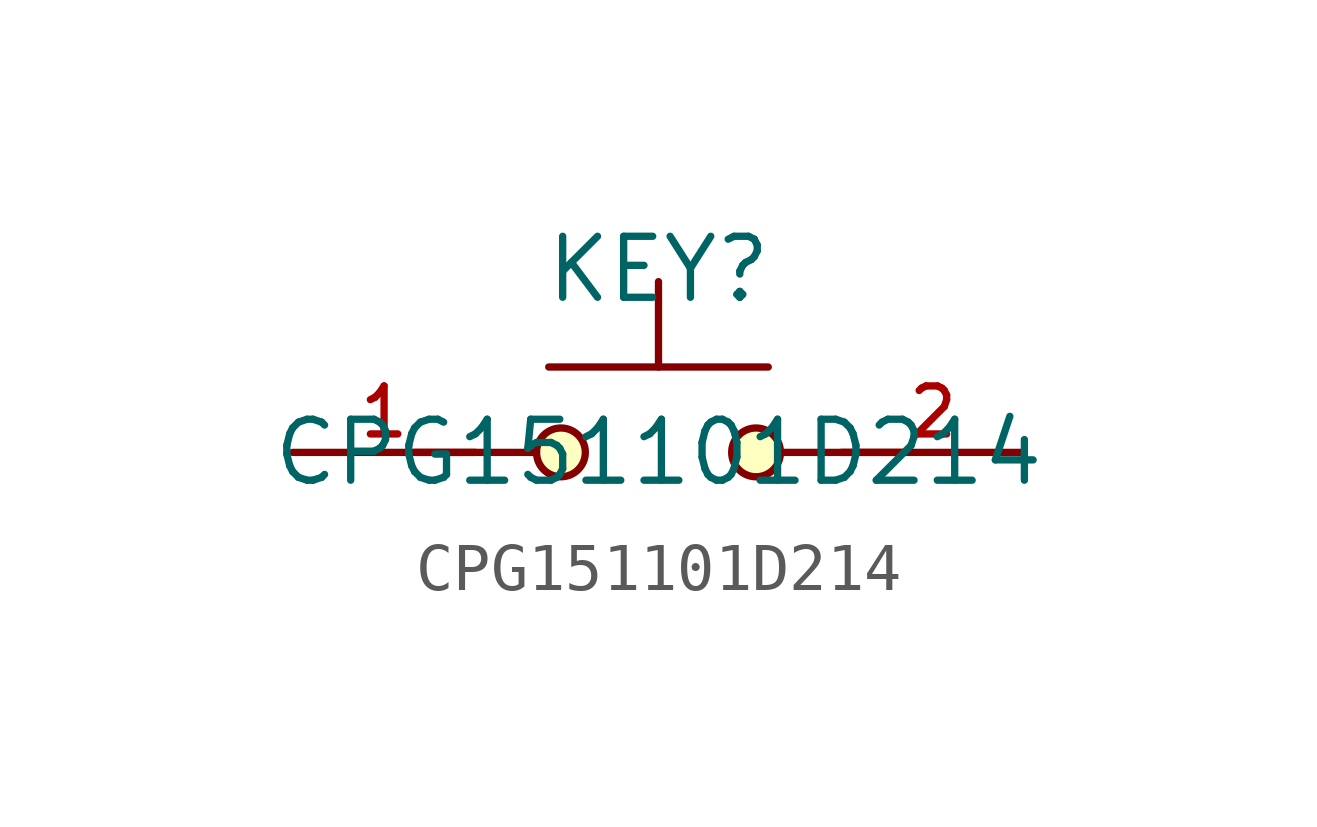
<source format=kicad_sym>
(kicad_symbol_lib
  (version 20210201)
  (generator TousstNicolas/JLC2KiCad_lib)
  (symbol "CPG151101D214"
    (pin_names hide)
    (property "Reference" "KEY"
      (at 0 1.27 0)
      (effects (font (size 1.27 1.27))))
    (property "Value" "CPG151101D214"
      (at 0 -2.54 0)
      (effects (font (size 1.27 1.27))))
    (symbol "CPG151101D214_0_1"
      (polyline (pts (xy 0.0 -0.762) (xy 0.0 1.016)) (stroke (width 0) (type default) (color 0 0 0 0)) (fill (type none)))
      (polyline (pts (xy -2.286 -0.762) (xy 2.286 -0.762)) (stroke (width 0) (type default) (color 0 0 0 0)) (fill (type none)))
      (polyline (pts (xy 5.08 -2.54) (xy 2.54 -2.54)) (stroke (width 0) (type default) (color 0 0 0 0)) (fill (type none)))
      (polyline (pts (xy -5.08 -2.54) (xy -2.54 -2.54)) (stroke (width 0) (type default) (color 0 0 0 0)) (fill (type none)))
      (pin unspecified line (at -7.62 -2.54 0) (length 3.81) (name "1" (effects (font (size 1 1)))) (number "1" (effects (font (size 1 1)))))
      (pin unspecified line (at 7.62 -2.54 180) (length 3.81) (name "2" (effects (font (size 1 1)))) (number "2" (effects (font (size 1 1)))))
      (circle (center 2.032 -2.54) (radius 0.508) (stroke (width 0) (type default) (color 0 0 0 0)) (fill (type background)))
      (circle (center -2.032 -2.54) (radius 0.508) (stroke (width 0) (type default) (color 0 0 0 0)) (fill (type background))))))
</source>
